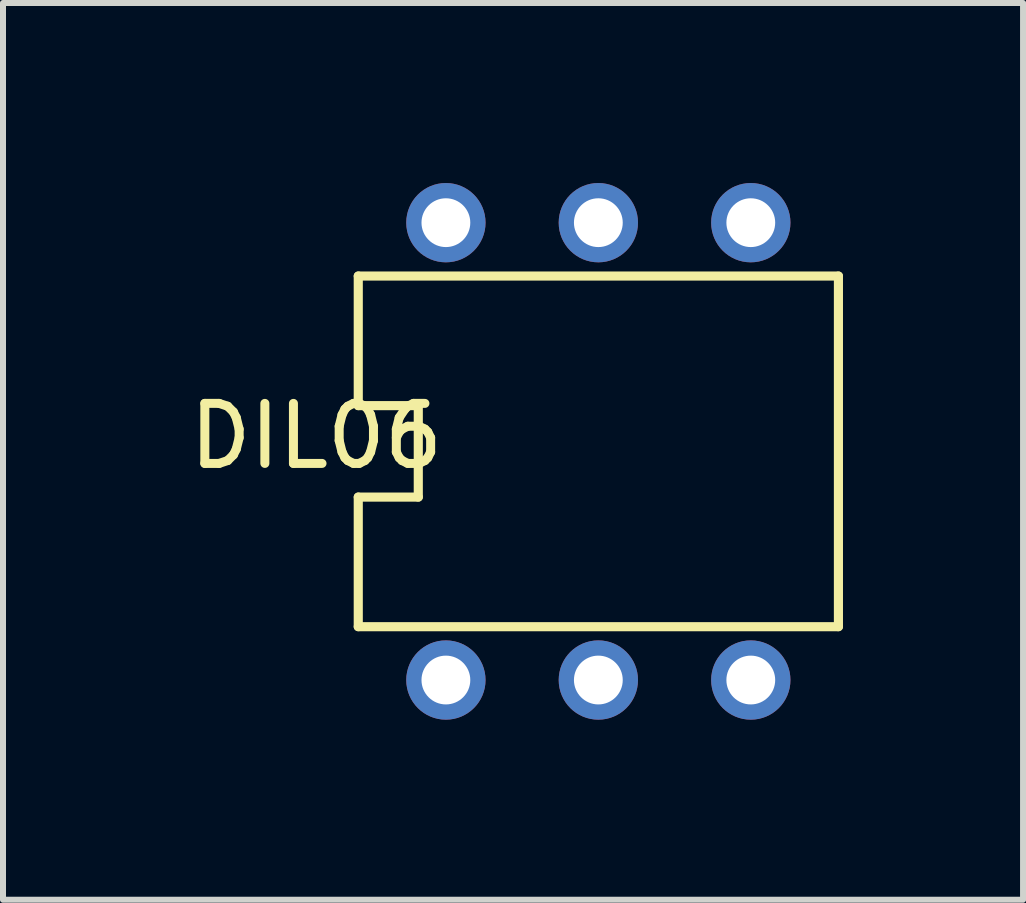
<source format=kicad_pcb>
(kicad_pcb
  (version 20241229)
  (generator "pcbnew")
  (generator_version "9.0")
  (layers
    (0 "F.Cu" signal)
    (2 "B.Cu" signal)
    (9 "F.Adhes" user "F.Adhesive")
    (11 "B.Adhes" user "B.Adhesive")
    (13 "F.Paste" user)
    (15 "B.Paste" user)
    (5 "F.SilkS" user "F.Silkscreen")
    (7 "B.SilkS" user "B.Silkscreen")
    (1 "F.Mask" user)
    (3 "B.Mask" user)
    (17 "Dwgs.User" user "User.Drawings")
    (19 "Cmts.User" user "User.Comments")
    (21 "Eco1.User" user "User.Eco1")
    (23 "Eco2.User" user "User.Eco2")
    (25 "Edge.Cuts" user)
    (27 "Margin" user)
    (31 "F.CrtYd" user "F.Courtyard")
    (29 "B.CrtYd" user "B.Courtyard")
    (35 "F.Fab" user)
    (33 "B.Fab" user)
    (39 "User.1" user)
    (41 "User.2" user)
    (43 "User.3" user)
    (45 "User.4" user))
  (footprint "DIL06"
    (layer "F.Cu")
    (at 6.919 4.47)
    (property "Reference" "DIL06" (at -4.699 -0.254 180) (layer "F.SilkS") (effects (font (size 1 1) (thickness 0.15))))
    (attr through_hole)
    (fp_line (start -4 -2.921) (end -4 -0.762) (stroke (width 0.152) (type solid)) (layer "F.SilkS"))
    (fp_line (start -4 0.762) (end -3 0.762) (stroke (width 0.152) (type solid)) (layer "F.SilkS"))
    (fp_line (start -4 2.921) (end -4 0.762) (stroke (width 0.152) (type solid)) (layer "F.SilkS"))
    (fp_line (start -4 2.921) (end 4 2.921) (stroke (width 0.152) (type solid)) (layer "F.SilkS"))
    (fp_line (start -3 -0.762) (end -4 -0.762) (stroke (width 0.152) (type solid)) (layer "F.SilkS"))
    (fp_line (start -3 0.762) (end -3 -0.762) (stroke (width 0.152) (type solid)) (layer "F.SilkS"))
    (fp_line (start 4 -2.921) (end -4 -2.921) (stroke (width 0.152) (type solid)) (layer "F.SilkS"))
    (fp_line (start 4 -2.921) (end 4 2.921) (stroke (width 0.152) (type solid)) (layer "F.SilkS"))
    (pad "1" thru_hole circle (at -2.54 3.81) (size 1.321 1.321) (drill 0.813) (layers "*.Cu" "*.Mask"))
    (pad "2" thru_hole circle (at 0 3.81) (size 1.321 1.321) (drill 0.813) (layers "*.Cu" "*.Mask"))
    (pad "3" thru_hole circle (at 2.54 3.81) (size 1.321 1.321) (drill 0.813) (layers "*.Cu" "*.Mask"))
    (pad "4" thru_hole circle (at 2.54 -3.81) (size 1.321 1.321) (drill 0.813) (layers "*.Cu" "*.Mask"))
    (pad "5" thru_hole circle (at 0 -3.81) (size 1.321 1.321) (drill 0.813) (layers "*.Cu" "*.Mask"))
    (pad "6" thru_hole circle (at -2.54 -3.81) (size 1.321 1.321) (drill 0.813) (layers "*.Cu" "*.Mask")))
  (gr_rect
    (start -3 -3)
    (end 13.995 11.941)
    (stroke (width 0.1) (type default))
    (fill no)
    (layer "Edge.Cuts")))
</source>
